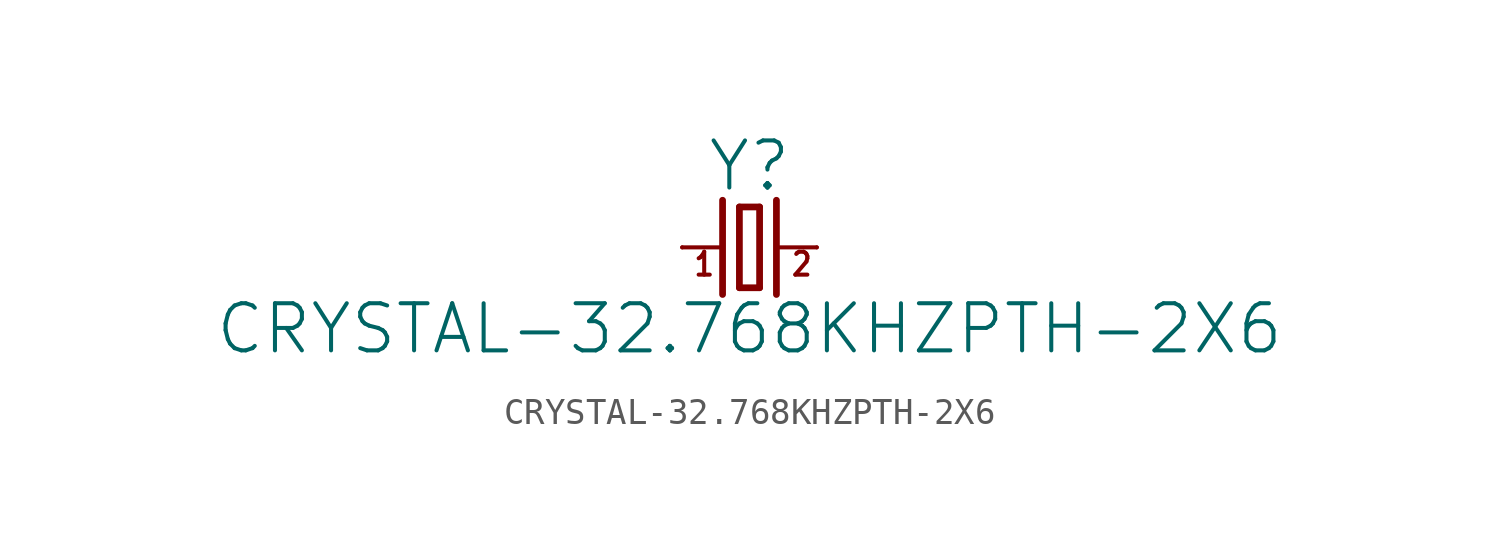
<source format=kicad_sym>
(kicad_symbol_lib
  (version 20211014)
  (generator kicad_symbol_editor)
  (symbol "CRYSTAL-32.768KHZPTH-2X6"
    (property "Reference" "Y"
      (at 0 2.032 0)
      (effects (font (size 1.778 1.778)) (justify bottom)))
    (property "Value" "CRYSTAL-32.768KHZPTH-2X6"
      (at 0 -2.032 0)
      (effects (font (size 1.778 1.778)) (justify top)))
    (property "ki_locked" ""
      (at 0 0 0)
      (effects (font (size 1.27 1.27))))
    (symbol "CRYSTAL-32.768KHZPTH-2X6_1_0"
      (polyline (pts (xy -2.54 0) (xy -1.016 0)) (stroke (width 0.152) (type default) (color 0 0 0 0)) (fill (type none)))
      (polyline (pts (xy -1.016 1.778) (xy -1.016 -1.778)) (stroke (width 0.254) (type default) (color 0 0 0 0)) (fill (type none)))
      (polyline (pts (xy -0.381 -1.524) (xy 0.381 -1.524)) (stroke (width 0.254) (type default) (color 0 0 0 0)) (fill (type none)))
      (polyline (pts (xy -0.381 1.524) (xy -0.381 -1.524)) (stroke (width 0.254) (type default) (color 0 0 0 0)) (fill (type none)))
      (polyline (pts (xy 0.381 -1.524) (xy 0.381 1.524)) (stroke (width 0.254) (type default) (color 0 0 0 0)) (fill (type none)))
      (polyline (pts (xy 0.381 1.524) (xy -0.381 1.524)) (stroke (width 0.254) (type default) (color 0 0 0 0)) (fill (type none)))
      (polyline (pts (xy 1.016 0) (xy 2.54 0)) (stroke (width 0.152) (type default) (color 0 0 0 0)) (fill (type none)))
      (polyline (pts (xy 1.016 1.778) (xy 1.016 -1.778)) (stroke (width 0.254) (type default) (color 0 0 0 0)) (fill (type none)))
      (text "1" (at -2.159 -1.143 0) (effects (font (size 0.864 0.734)) (justify left bottom)))
      (text "2" (at 1.524 -1.143 0) (effects (font (size 0.864 0.734)) (justify left bottom)))
      (pin passive line (at -2.54 0 0) (length 0) (name "1" (effects (font (size 0 0)))) (number "1" (effects (font (size 0 0)))))
      (pin passive line (at 2.54 0 180) (length 0) (name "2" (effects (font (size 0 0)))) (number "2" (effects (font (size 0 0))))))))
</source>
